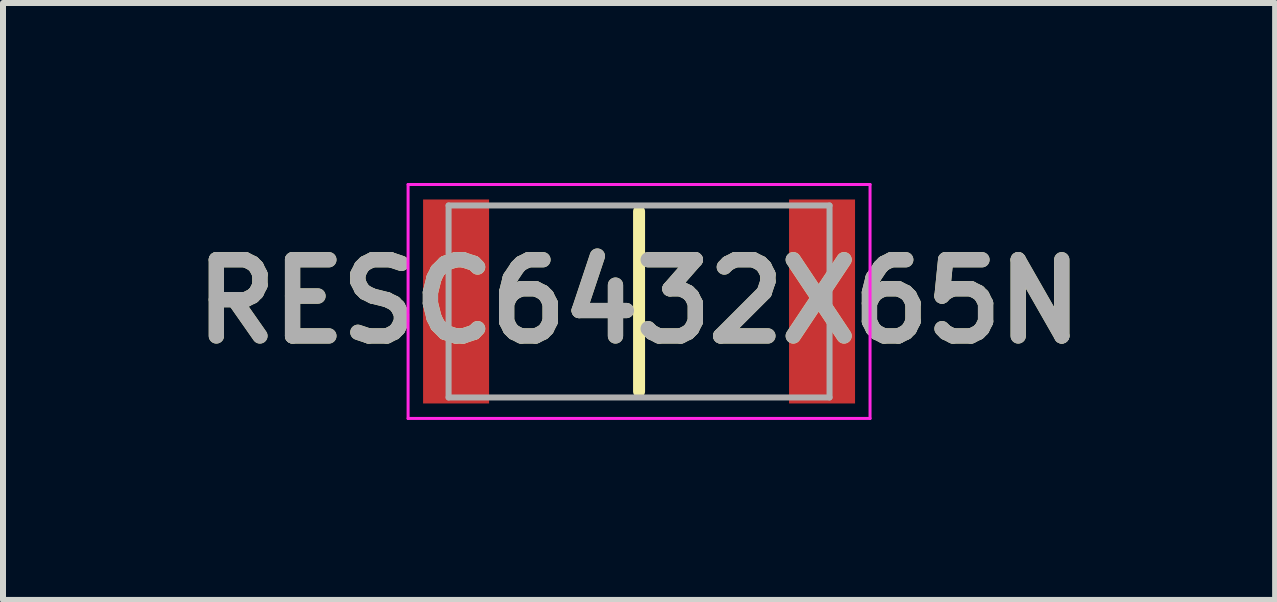
<source format=kicad_pcb>
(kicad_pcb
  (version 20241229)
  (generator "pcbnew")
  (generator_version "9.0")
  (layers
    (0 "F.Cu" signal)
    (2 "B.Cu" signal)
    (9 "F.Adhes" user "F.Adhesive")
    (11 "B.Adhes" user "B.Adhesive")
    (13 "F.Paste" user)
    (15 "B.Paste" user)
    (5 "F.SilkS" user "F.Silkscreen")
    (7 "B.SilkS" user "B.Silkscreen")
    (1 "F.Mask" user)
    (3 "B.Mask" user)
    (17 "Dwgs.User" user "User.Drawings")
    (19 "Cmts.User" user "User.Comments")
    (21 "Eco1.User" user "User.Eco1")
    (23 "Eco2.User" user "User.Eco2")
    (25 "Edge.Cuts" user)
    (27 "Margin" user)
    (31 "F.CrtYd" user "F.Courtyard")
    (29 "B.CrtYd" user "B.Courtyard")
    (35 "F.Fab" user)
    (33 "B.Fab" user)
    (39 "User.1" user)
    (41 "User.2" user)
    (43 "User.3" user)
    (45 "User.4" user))
  (footprint "RESC6432X65N"
    (layer "F.Cu")
    (at 7.602 1.975)
    (property "Reference" "RESC6432X65N" (at 0 0 0) (layer "F.SilkS") (effects (font (size 1.27 1.27) (thickness 0.254))))
    (attr smd)
    (fp_line (start 0 -1.5) (end 0 1.5) (stroke (width 0.2) (type solid)) (layer "F.SilkS"))
    (fp_line (start -3.85 -1.95) (end 3.85 -1.95) (stroke (width 0.05) (type solid)) (layer "F.CrtYd"))
    (fp_line (start -3.85 1.95) (end -3.85 -1.95) (stroke (width 0.05) (type solid)) (layer "F.CrtYd"))
    (fp_line (start 3.85 -1.95) (end 3.85 1.95) (stroke (width 0.05) (type solid)) (layer "F.CrtYd"))
    (fp_line (start 3.85 1.95) (end -3.85 1.95) (stroke (width 0.05) (type solid)) (layer "F.CrtYd"))
    (fp_line (start -3.175 -1.6) (end 3.175 -1.6) (stroke (width 0.1) (type solid)) (layer "F.Fab"))
    (fp_line (start -3.175 1.6) (end -3.175 -1.6) (stroke (width 0.1) (type solid)) (layer "F.Fab"))
    (fp_line (start 3.175 -1.6) (end 3.175 1.6) (stroke (width 0.1) (type solid)) (layer "F.Fab"))
    (fp_line (start 3.175 1.6) (end -3.175 1.6) (stroke (width 0.1) (type solid)) (layer "F.Fab"))
    (fp_text user "${REFERENCE}" (at 0 0 0) (layer "F.Fab") (effects (font (size 1.27 1.27) (thickness 0.254))))
    (pad "1" smd rect (at -3.05 0) (size 1.1 3.4) (layers "F.Cu" "F.Mask" "F.Paste"))
    (pad "2" smd rect (at 3.05 0) (size 1.1 3.4) (layers "F.Cu" "F.Mask" "F.Paste")))
  (gr_rect
    (start -3 -3)
    (end 18.204 6.95)
    (stroke (width 0.1) (type default))
    (fill no)
    (layer "Edge.Cuts")))
</source>
